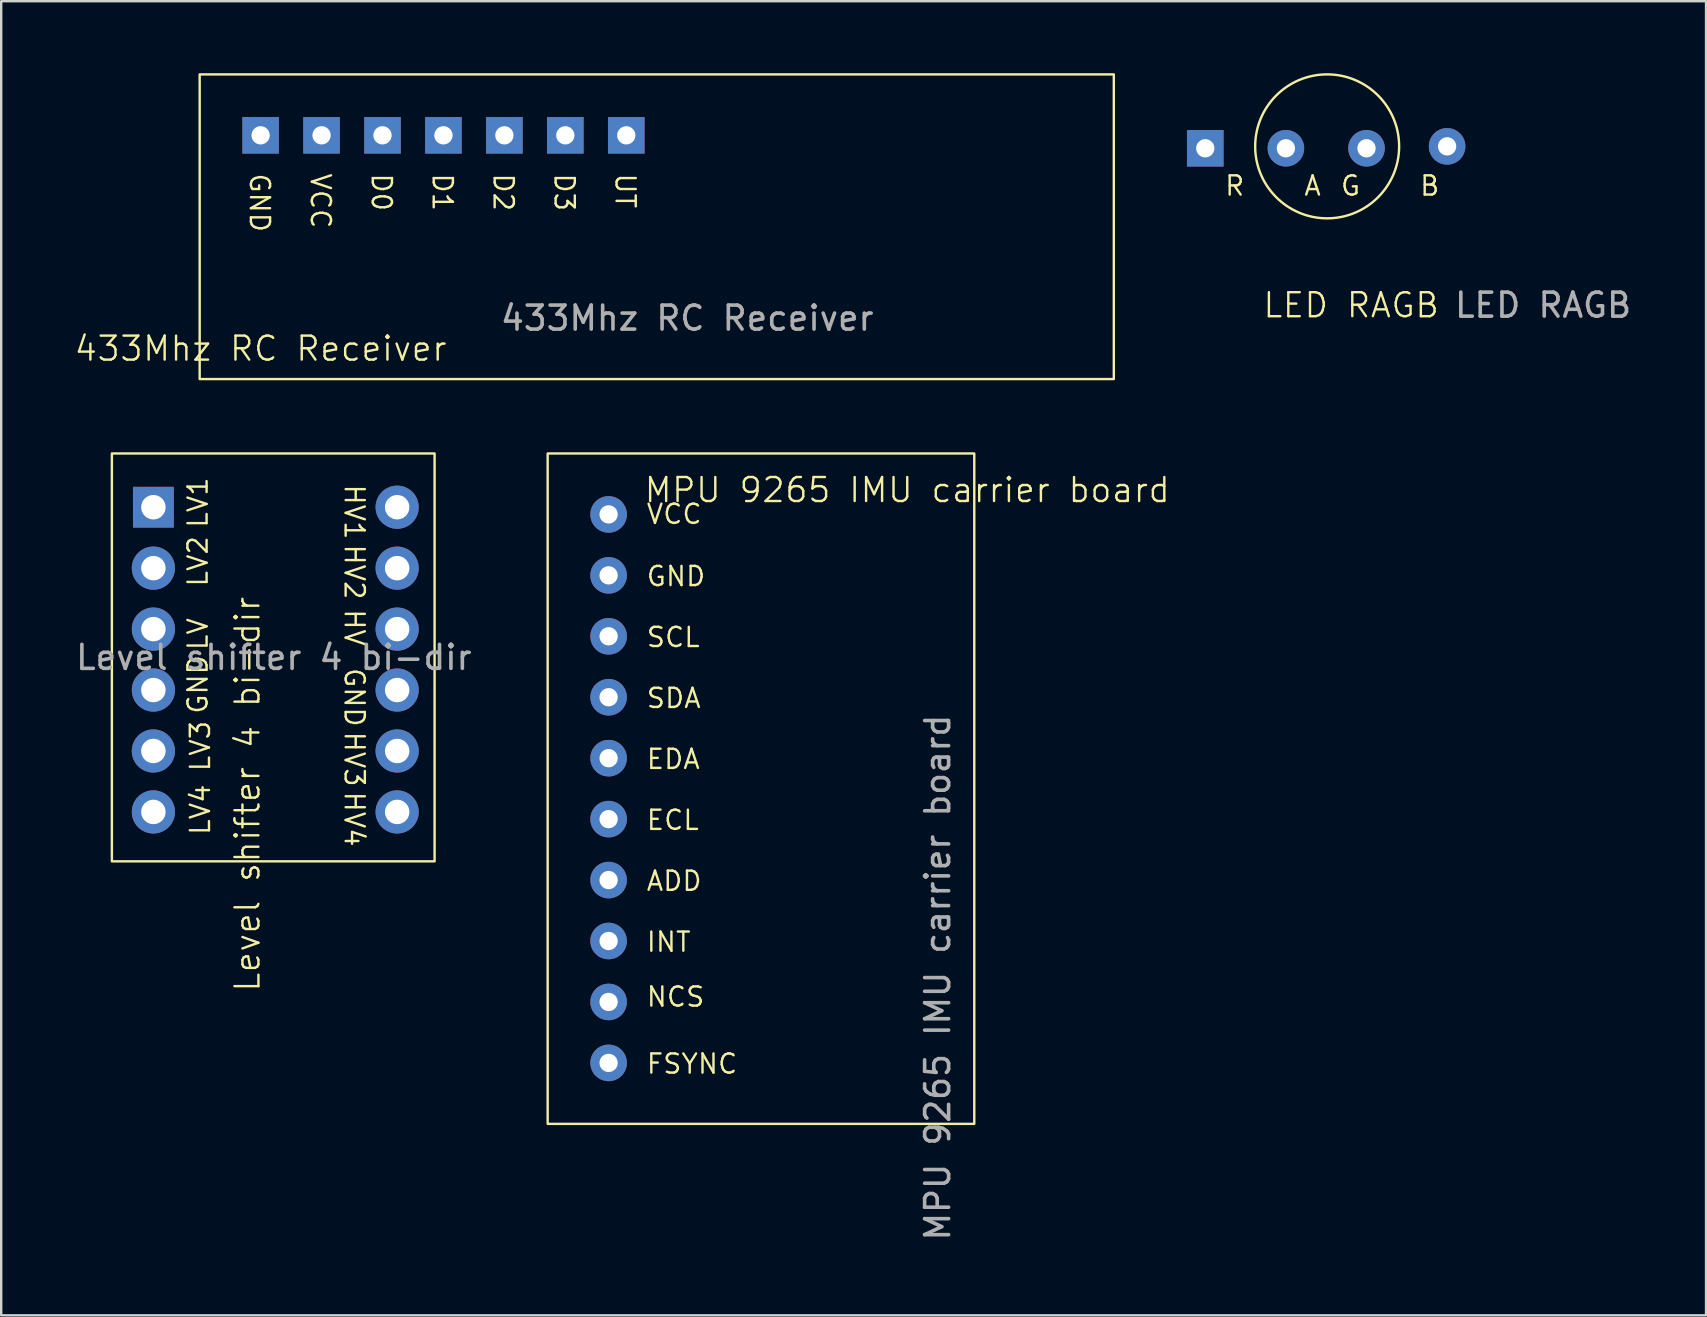
<source format=kicad_pcb>
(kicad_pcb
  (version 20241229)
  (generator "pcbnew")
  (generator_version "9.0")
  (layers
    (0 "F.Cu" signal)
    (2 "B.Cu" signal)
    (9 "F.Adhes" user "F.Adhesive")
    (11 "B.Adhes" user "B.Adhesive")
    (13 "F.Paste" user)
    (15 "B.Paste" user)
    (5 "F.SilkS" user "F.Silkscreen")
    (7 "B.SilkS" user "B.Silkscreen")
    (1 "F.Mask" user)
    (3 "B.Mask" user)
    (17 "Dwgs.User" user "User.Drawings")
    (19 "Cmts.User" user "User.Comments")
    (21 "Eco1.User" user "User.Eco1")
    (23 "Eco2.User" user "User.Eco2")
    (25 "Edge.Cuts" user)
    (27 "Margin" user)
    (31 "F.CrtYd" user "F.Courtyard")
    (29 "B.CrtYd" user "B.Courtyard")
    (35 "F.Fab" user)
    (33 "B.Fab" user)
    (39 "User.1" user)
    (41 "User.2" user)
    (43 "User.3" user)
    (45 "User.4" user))
  (footprint "433Mhz RC Receiver"
    (layer "F.Cu")
    (at 15.432 5.13)
    (property "Reference" "433Mhz RC Receiver" (at -7.62 6.35 0) (unlocked yes) (layer "F.SilkS") (effects (font (size 1 1) (thickness 0.1))))
    (attr through_hole)
    (fp_rect (start -10.16 -5.08) (end 27.94 7.62) (stroke (width 0.1) (type default)) (fill no) (layer "F.SilkS"))
    (fp_text user "VCC" (at -5.588 -1.016 270) (unlocked yes) (layer "F.SilkS") (effects (font (size 0.8 0.8) (thickness 0.1)) (justify left bottom)))
    (fp_text user "GND" (at -8.128 -1.016 270) (unlocked yes) (layer "F.SilkS") (effects (font (size 0.8 0.8) (thickness 0.1)) (justify left bottom)))
    (fp_text user "D2" (at 2.032 -1.016 270) (unlocked yes) (layer "F.SilkS") (effects (font (size 0.8 0.8) (thickness 0.1)) (justify left bottom)))
    (fp_text user "D1" (at -0.508 -1.016 270) (unlocked yes) (layer "F.SilkS") (effects (font (size 0.8 0.8) (thickness 0.1)) (justify left bottom)))
    (fp_text user "D3" (at 4.572 -1.016 270) (unlocked yes) (layer "F.SilkS") (effects (font (size 0.8 0.8) (thickness 0.1)) (justify left bottom)))
    (fp_text user "D0" (at -3.048 -1.016 270) (unlocked yes) (layer "F.SilkS") (effects (font (size 0.8 0.8) (thickness 0.1)) (justify left bottom)))
    (fp_text user "UT" (at 7.112 -1.016 270) (unlocked yes) (layer "F.SilkS") (effects (font (size 0.8 0.8) (thickness 0.1)) (justify left bottom)))
    (fp_text user "${REFERENCE}" (at 10.16 5.08 0) (unlocked yes) (layer "F.Fab") (effects (font (size 1 1) (thickness 0.15))))
    (pad "1" thru_hole rect (at -7.62 -2.54) (size 1.524 1.524) (drill 0.762) (layers "*.Cu" "*.Mask"))
    (pad "2" thru_hole rect (at -5.08 -2.54) (size 1.524 1.524) (drill 0.762) (layers "*.Cu" "*.Mask"))
    (pad "3" thru_hole rect (at -2.54 -2.54) (size 1.524 1.524) (drill 0.762) (layers "*.Cu" "*.Mask"))
    (pad "4" thru_hole rect (at 0 -2.54) (size 1.524 1.524) (drill 0.762) (layers "*.Cu" "*.Mask"))
    (pad "5" thru_hole rect (at 2.54 -2.54) (size 1.524 1.524) (drill 0.762) (layers "*.Cu" "*.Mask"))
    (pad "6" thru_hole rect (at 5.08 -2.54) (size 1.524 1.524) (drill 0.762) (layers "*.Cu" "*.Mask"))
    (pad "7" thru_hole rect (at 7.62 -2.54) (size 1.524 1.524) (drill 0.762) (layers "*.Cu" "*.Mask")))
  (footprint "MPU 9265 IMU carrier board"
    (layer "F.Cu")
    (at 29.936 28.55)
    (property "Reference" "MPU 9265 IMU carrier board" (at 4.826 -11.176 0) (unlocked yes) (layer "F.SilkS") (effects (font (size 1 1) (thickness 0.1))))
    (attr through_hole)
    (fp_rect (start -10.16 -12.7) (end 7.62 15.24) (stroke (width 0.1) (type default)) (fill no) (layer "F.SilkS"))
    (fp_text user "NCS" (at -6.096 10.414 0) (unlocked yes) (layer "F.SilkS") (effects (font (size 0.8 0.8) (thickness 0.1)) (justify left bottom)))
    (fp_text user "GND" (at -6.096 -7.112 0) (unlocked yes) (layer "F.SilkS") (effects (font (size 0.8 0.8) (thickness 0.1)) (justify left bottom)))
    (fp_text user "EDA" (at -6.096 0.508 0) (unlocked yes) (layer "F.SilkS") (effects (font (size 0.8 0.8) (thickness 0.1)) (justify left bottom)))
    (fp_text user "FSYNC" (at -6.096 13.208 0) (unlocked yes) (layer "F.SilkS") (effects (font (size 0.8 0.8) (thickness 0.1)) (justify left bottom)))
    (fp_text user "VCC" (at -6.096 -9.704 0) (unlocked yes) (layer "F.SilkS") (effects (font (size 0.8 0.8) (thickness 0.1)) (justify left bottom)))
    (fp_text user "ECL" (at -6.096 3.048 0) (unlocked yes) (layer "F.SilkS") (effects (font (size 0.8 0.8) (thickness 0.1)) (justify left bottom)))
    (fp_text user "SCL" (at -6.096 -4.572 0) (unlocked yes) (layer "F.SilkS") (effects (font (size 0.8 0.8) (thickness 0.1)) (justify left bottom)))
    (fp_text user "ADD" (at -6.096 5.588 0) (unlocked yes) (layer "F.SilkS") (effects (font (size 0.8 0.8) (thickness 0.1)) (justify left bottom)))
    (fp_text user "INT" (at -6.096 8.128 0) (unlocked yes) (layer "F.SilkS") (effects (font (size 0.8 0.8) (thickness 0.1)) (justify left bottom)))
    (fp_text user "SDA" (at -6.096 -2.032 0) (unlocked yes) (layer "F.SilkS") (effects (font (size 0.8 0.8) (thickness 0.1)) (justify left bottom)))
    (fp_text user "${REFERENCE}" (at 6.096 9.144 90) (unlocked yes) (layer "F.Fab") (effects (font (size 1 1) (thickness 0.15))))
    (pad "1" thru_hole circle (at -7.62 -10.16) (size 1.524 1.524) (drill 0.762) (layers "*.Cu" "*.Mask"))
    (pad "2" thru_hole circle (at -7.62 -7.62) (size 1.524 1.524) (drill 0.762) (layers "*.Cu" "*.Mask"))
    (pad "3" thru_hole circle (at -7.62 -5.08) (size 1.524 1.524) (drill 0.762) (layers "*.Cu" "*.Mask"))
    (pad "4" thru_hole circle (at -7.62 -2.54) (size 1.524 1.524) (drill 0.762) (layers "*.Cu" "*.Mask"))
    (pad "5" thru_hole circle (at -7.62 0) (size 1.524 1.524) (drill 0.762) (layers "*.Cu" "*.Mask"))
    (pad "6" thru_hole circle (at -7.62 2.54) (size 1.524 1.524) (drill 0.762) (layers "*.Cu" "*.Mask"))
    (pad "7" thru_hole circle (at -7.62 5.08) (size 1.524 1.524) (drill 0.762) (layers "*.Cu" "*.Mask"))
    (pad "8" thru_hole circle (at -7.62 7.62) (size 1.524 1.524) (drill 0.762) (layers "*.Cu" "*.Mask"))
    (pad "9" thru_hole circle (at -7.62 10.16) (size 1.524 1.524) (drill 0.762) (layers "*.Cu" "*.Mask"))
    (pad "10" thru_hole circle (at -7.62 12.7) (size 1.524 1.524) (drill 0.762) (layers "*.Cu" "*.Mask"))
    (zone (net_name "") (layer "F.SilkS") (hatch edge 0.5) (connect_pads) (min_thickness 0.25) (filled_areas_thickness no) (keepout (tracks allowed) (vias allowed) (pads not_allowed) (copperpour allowed) (footprints not_allowed)) (placement (enabled no)) (fill) (polygon (pts (xy 19.776 15.85) (xy 37.556 15.85) (xy 37.556 43.79) (xy 19.776 43.79)))))
  (footprint "LED RAGB"
    (layer "F.Cu")
    (at 52.264 5.67)
    (property "Reference" "LED RAGB" (at 1 4 0) (unlocked yes) (layer "F.SilkS") (effects (font (size 1 1) (thickness 0.1))))
    (attr through_hole)
    (fp_circle (center 0 -2.62) (end 3 -2.62) (stroke (width 0.1) (type default)) (fill no) (layer "F.SilkS"))
    (fp_text user "A" (at -1.016 -0.508 0) (unlocked yes) (layer "F.SilkS") (effects (font (size 0.8 0.8) (thickness 0.1)) (justify left bottom)))
    (fp_text user "G" (at 0.508 -0.508 0) (unlocked yes) (layer "F.SilkS") (effects (font (size 0.8 0.8) (thickness 0.1)) (justify left bottom)))
    (fp_text user "R" (at -4.318 -0.508 0) (unlocked yes) (layer "F.SilkS") (effects (font (size 0.8 0.8) (thickness 0.1)) (justify left bottom)))
    (fp_text user "B" (at 3.81 -0.508 0) (unlocked yes) (layer "F.SilkS") (effects (font (size 0.8 0.8) (thickness 0.1)) (justify left bottom)))
    (fp_text user "${REFERENCE}" (at 9 4 0) (unlocked yes) (layer "F.Fab") (effects (font (size 1 1) (thickness 0.15))))
    (pad "1" thru_hole rect (at -5.08 -2.54) (size 1.524 1.524) (drill 0.762) (layers "*.Cu" "*.Mask"))
    (pad "2" thru_hole circle (at -1.72 -2.54) (size 1.524 1.524) (drill 0.762) (layers "*.Cu" "*.Mask"))
    (pad "3" thru_hole circle (at 1.64 -2.54) (size 1.524 1.524) (drill 0.762) (layers "*.Cu" "*.Mask"))
    (pad "4" thru_hole circle (at 5 -2.62) (size 1.524 1.524) (drill 0.762) (layers "*.Cu" "*.Mask")))
  (footprint "Level shifter 4 bi-dir"
    (layer "F.Cu")
    (at 10.963 28.25)
    (property "Reference" "Level shifter 4 bi-dir" (at -3.7 1.8 90) (unlocked yes) (layer "F.SilkS") (effects (font (size 1 1) (thickness 0.1))))
    (attr through_hole)
    (fp_rect (start -9.35 -12.4) (end 4.1 4.6) (stroke (width 0.1) (type default)) (fill no) (layer "F.SilkS"))
    (fp_text user "LV4" (at -5.2 3.56 90) (unlocked yes) (layer "F.SilkS") (effects (font (size 0.8 0.8) (thickness 0.1)) (justify left bottom)))
    (fp_text user "HV" (at 0.29 -5.97 270) (unlocked yes) (layer "F.SilkS") (effects (font (size 0.8 0.8) (thickness 0.1)) (justify left bottom)))
    (fp_text user "HV1" (at 0.29 -11.17 270) (unlocked yes) (layer "F.SilkS") (effects (font (size 0.8 0.8) (thickness 0.1)) (justify left bottom)))
    (fp_text user "HV2" (at 0.29 -8.67 270) (unlocked yes) (layer "F.SilkS") (effects (font (size 0.8 0.8) (thickness 0.1)) (justify left bottom)))
    (fp_text user "LV3" (at -5.2 0.91 90) (unlocked yes) (layer "F.SilkS") (effects (font (size 0.8 0.8) (thickness 0.1)) (justify left bottom)))
    (fp_text user "LV1" (at -5.3 -9.24 90) (unlocked yes) (layer "F.SilkS") (effects (font (size 0.8 0.8) (thickness 0.1)) (justify left bottom)))
    (fp_text user "HV4" (at 0.29 1.63 270) (unlocked yes) (layer "F.SilkS") (effects (font (size 0.8 0.8) (thickness 0.1)) (justify left bottom)))
    (fp_text user "GND" (at 0.29 -3.52 270) (unlocked yes) (layer "F.SilkS") (effects (font (size 0.8 0.8) (thickness 0.1)) (justify left bottom)))
    (fp_text user "GND" (at -5.3 -1.49 90) (unlocked yes) (layer "F.SilkS") (effects (font (size 0.8 0.8) (thickness 0.1)) (justify left bottom)))
    (fp_text user "LV2" (at -5.3 -6.79 90) (unlocked yes) (layer "F.SilkS") (effects (font (size 0.8 0.8) (thickness 0.1)) (justify left bottom)))
    (fp_text user "LV" (at -5.3 -4.14 90) (unlocked yes) (layer "F.SilkS") (effects (font (size 0.8 0.8) (thickness 0.1)) (justify left bottom)))
    (fp_text user "HV3" (at 0.29 -0.87 270) (unlocked yes) (layer "F.SilkS") (effects (font (size 0.8 0.8) (thickness 0.1)) (justify left bottom)))
    (fp_text user "${REFERENCE}" (at -2.6 -3.9 0) (unlocked yes) (layer "F.Fab") (effects (font (size 1 1) (thickness 0.15))))
    (pad "1" thru_hole rect (at -7.62 -10.16) (size 1.7 1.7) (drill 1.02) (layers "*.Cu" "*.Mask"))
    (pad "2" thru_hole circle (at -7.62 -7.62) (size 1.8 1.8) (drill 1.02) (layers "*.Cu" "*.Mask"))
    (pad "3" thru_hole circle (at -7.62 -5.08) (size 1.8 1.8) (drill 1.02) (layers "*.Cu" "*.Mask"))
    (pad "4" thru_hole circle (at -7.62 -2.54) (size 1.8 1.8) (drill 1.02) (layers "*.Cu" "*.Mask"))
    (pad "5" thru_hole circle (at -7.62 0) (size 1.8 1.8) (drill 1.02) (layers "*.Cu" "*.Mask"))
    (pad "6" thru_hole circle (at -7.62 2.54) (size 1.8 1.8) (drill 1.02) (layers "*.Cu" "*.Mask"))
    (pad "7" thru_hole circle (at 2.54 -10.16) (size 1.8 1.8) (drill 1.02) (layers "*.Cu" "*.Mask"))
    (pad "8" thru_hole circle (at 2.54 -7.62) (size 1.8 1.8) (drill 1.02) (layers "*.Cu" "*.Mask"))
    (pad "9" thru_hole circle (at 2.54 -5.08) (size 1.8 1.8) (drill 1.02) (layers "*.Cu" "*.Mask"))
    (pad "10" thru_hole circle (at 2.54 -2.54) (size 1.8 1.8) (drill 1.02) (layers "*.Cu" "*.Mask"))
    (pad "11" thru_hole circle (at 2.54 0) (size 1.8 1.8) (drill 1.02) (layers "*.Cu" "*.Mask"))
    (pad "12" thru_hole circle (at 2.54 2.54) (size 1.8 1.8) (drill 1.02) (layers "*.Cu" "*.Mask"))
    (zone (net_name "") (layer "F.SilkS") (hatch edge 0.5) (connect_pads) (min_thickness 0.25) (filled_areas_thickness no) (keepout (tracks allowed) (vias allowed) (pads not_allowed) (copperpour allowed) (footprints not_allowed)) (placement (enabled no)) (fill) (polygon (pts (xy 1.613 15.85) (xy 15.063 15.85) (xy 15.063 32.85) (xy 1.613 32.85)))))
  (gr_rect
    (start -3 -3)
    (end 68.056 51.771)
    (stroke (width 0.1) (type default))
    (fill no)
    (layer "Edge.Cuts")))
</source>
